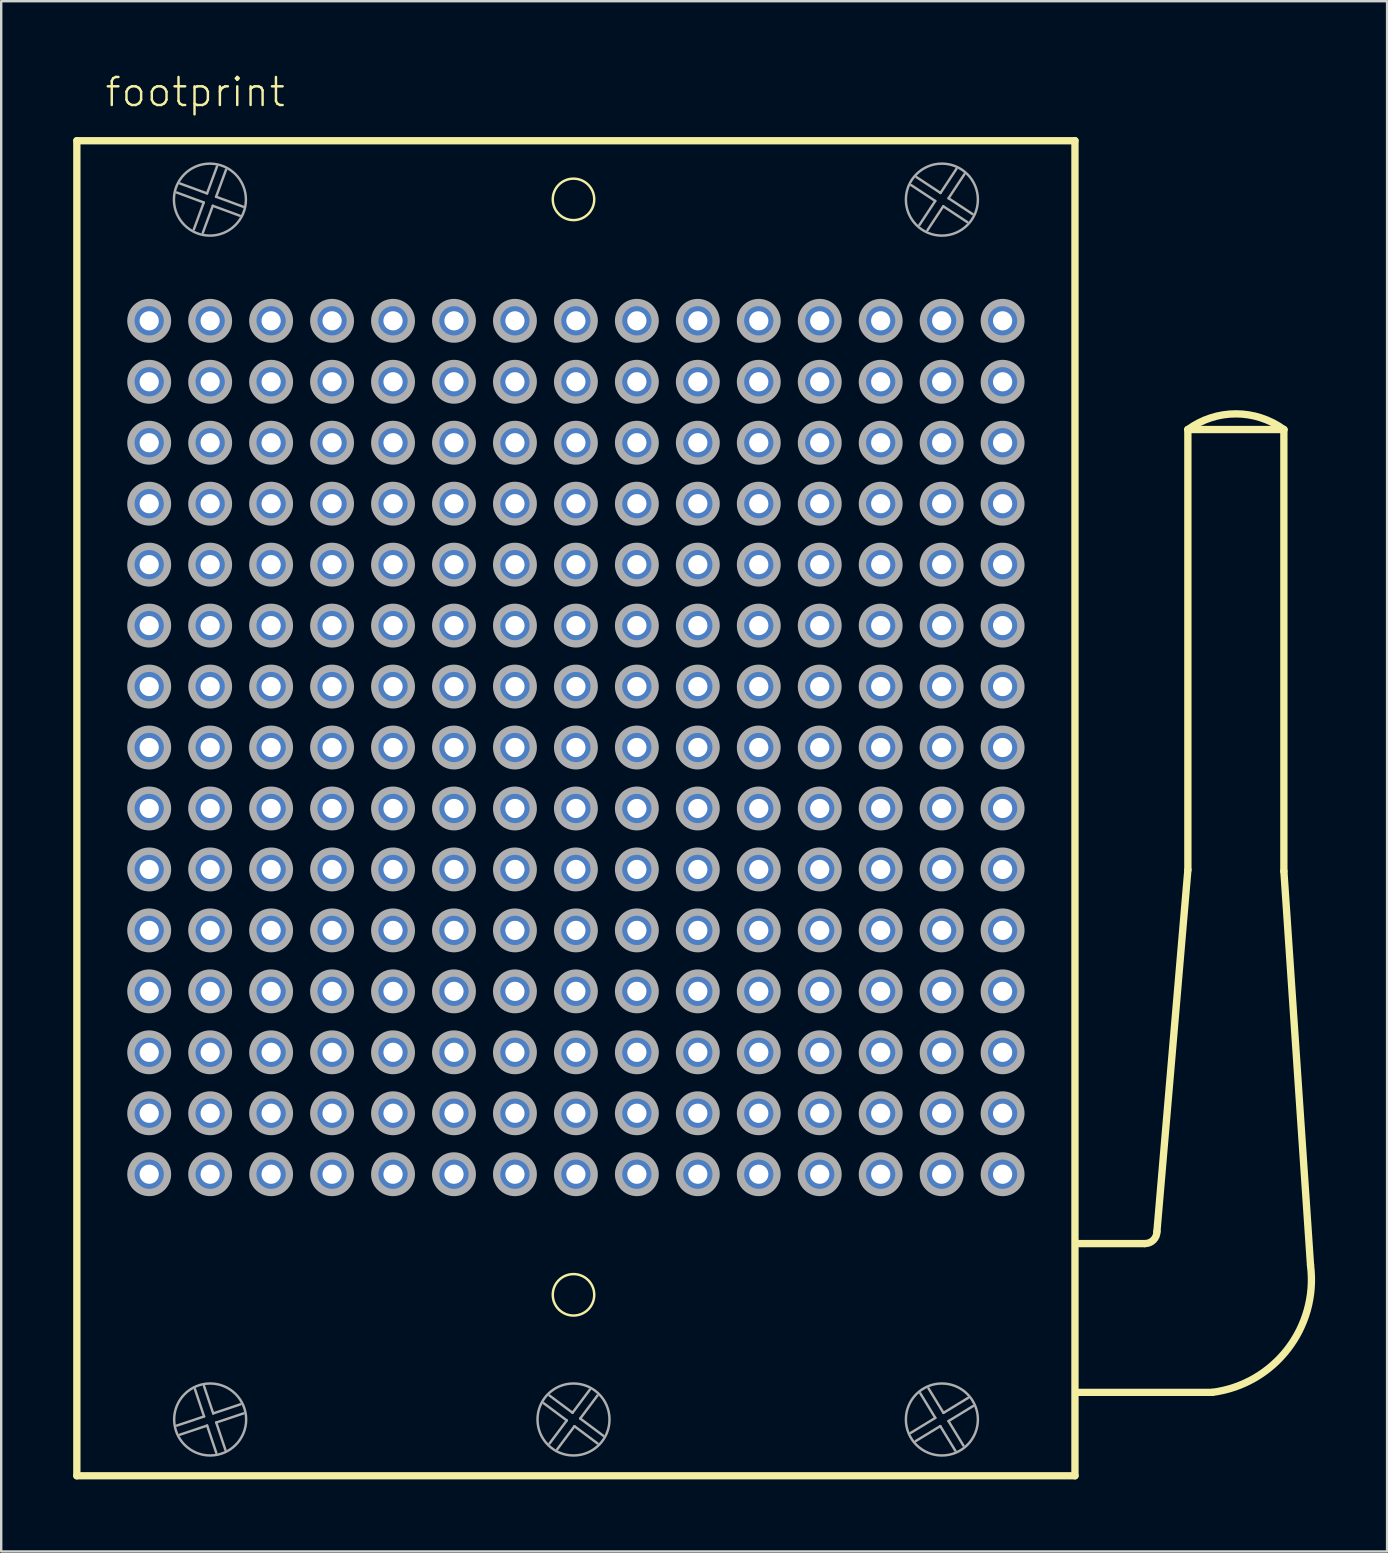
<source format=kicad_pcb>
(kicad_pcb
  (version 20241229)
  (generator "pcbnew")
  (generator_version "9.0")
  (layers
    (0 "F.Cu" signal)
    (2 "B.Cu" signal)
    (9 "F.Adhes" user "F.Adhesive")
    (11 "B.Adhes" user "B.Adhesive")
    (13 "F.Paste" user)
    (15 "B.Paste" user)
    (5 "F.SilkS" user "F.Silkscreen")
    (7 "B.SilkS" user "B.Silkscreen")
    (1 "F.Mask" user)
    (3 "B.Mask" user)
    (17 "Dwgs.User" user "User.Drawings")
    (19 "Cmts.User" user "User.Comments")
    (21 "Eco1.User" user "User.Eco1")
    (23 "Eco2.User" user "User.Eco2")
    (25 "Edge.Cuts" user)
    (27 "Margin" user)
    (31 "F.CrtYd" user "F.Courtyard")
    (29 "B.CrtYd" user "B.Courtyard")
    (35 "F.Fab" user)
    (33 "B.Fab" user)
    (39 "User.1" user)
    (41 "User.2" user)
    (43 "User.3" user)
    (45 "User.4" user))
  (footprint "footprint"
    (layer "F.Cu")
    (at 20.947 28.098)
    (property "Reference" "footprint" (at -19.685 -26.625 0) (layer "F.SilkS") (effects (font (size 1.168 1.168) (thickness 0.102)) (justify left bottom)))
    (fp_line (start -20.795 -25.285) (end 20.795 -25.285) (stroke (width 0.305) (type solid)) (layer "F.SilkS"))
    (fp_line (start -20.795 30.345) (end -20.795 -25.285) (stroke (width 0.305) (type solid)) (layer "F.SilkS"))
    (fp_line (start 20.795 -25.285) (end 20.795 30.345) (stroke (width 0.305) (type solid)) (layer "F.SilkS"))
    (fp_line (start 20.795 30.345) (end -20.795 30.345) (stroke (width 0.305) (type solid)) (layer "F.SilkS"))
    (fp_line (start 23.71 20.67) (end 20.946 20.67) (stroke (width 0.305) (type solid)) (layer "F.SilkS"))
    (fp_line (start 24.21 20.17) (end 25.5 5.1) (stroke (width 0.305) (type solid)) (layer "F.SilkS"))
    (fp_line (start 25.5 -13.25) (end 29.5 -13.25) (stroke (width 0.305) (type solid)) (layer "F.SilkS"))
    (fp_line (start 25.5 5.1) (end 25.5 -13.25) (stroke (width 0.305) (type solid)) (layer "F.SilkS"))
    (fp_line (start 26.51 26.87) (end 20.846 26.87) (stroke (width 0.305) (type solid)) (layer "F.SilkS"))
    (fp_line (start 29.5 -13.25) (end 29.5 5.15) (stroke (width 0.305) (type solid)) (layer "F.SilkS"))
    (fp_line (start 29.5 5.15) (end 30.61 21.57) (stroke (width 0.305) (type solid)) (layer "F.SilkS"))
    (fp_arc (start 24.21 20.17) (mid 24.063553 20.523553) (end 23.71 20.67) (stroke (width 0.3048) (type solid)) (layer "F.SilkS"))
    (fp_arc (start 25.5 -13.25) (mid 27.500001 -13.903325) (end 29.500001 -13.249999) (stroke (width 0.3048) (type solid)) (layer "F.SilkS"))
    (fp_arc (start 30.61 21.57) (mid 29.657666 25.069138) (end 26.51 26.87) (stroke (width 0.3048) (type solid)) (layer "F.SilkS"))
    (fp_circle (center -0.1 -22.84) (end 0.764 -22.84) (stroke (width 0.102) (type solid)) (fill no) (layer "F.SilkS"))
    (fp_circle (center -0.1 22.805) (end 0.764 22.805) (stroke (width 0.102) (type solid)) (fill no) (layer "F.SilkS"))
    (fp_line (start -16.631 28.255) (end -15.493 27.874) (stroke (width 0.102) (type solid)) (layer "F.Fab"))
    (fp_line (start -16.495 -23.501) (end -15.369 -23.087) (stroke (width 0.102) (type solid)) (layer "F.Fab"))
    (fp_line (start -15.921 -21.585) (end -15.507 -22.711) (stroke (width 0.102) (type solid)) (layer "F.Fab"))
    (fp_line (start -15.507 -22.711) (end -16.633 -23.126) (stroke (width 0.102) (type solid)) (layer "F.Fab"))
    (fp_line (start -15.495 26.609) (end -15.114 27.747) (stroke (width 0.102) (type solid)) (layer "F.Fab"))
    (fp_line (start -15.493 27.874) (end -15.874 26.736) (stroke (width 0.102) (type solid)) (layer "F.Fab"))
    (fp_line (start -15.369 -23.087) (end -14.954 -24.213) (stroke (width 0.102) (type solid)) (layer "F.Fab"))
    (fp_line (start -15.366 28.253) (end -16.504 28.634) (stroke (width 0.102) (type solid)) (layer "F.Fab"))
    (fp_line (start -15.131 -22.573) (end -15.546 -21.447) (stroke (width 0.102) (type solid)) (layer "F.Fab"))
    (fp_line (start -15.114 27.747) (end -13.976 27.366) (stroke (width 0.102) (type solid)) (layer "F.Fab"))
    (fp_line (start -14.993 -22.949) (end -13.867 -22.534) (stroke (width 0.102) (type solid)) (layer "F.Fab"))
    (fp_line (start -14.987 28.126) (end -14.606 29.264) (stroke (width 0.102) (type solid)) (layer "F.Fab"))
    (fp_line (start -14.985 29.391) (end -15.366 28.253) (stroke (width 0.102) (type solid)) (layer "F.Fab"))
    (fp_line (start -14.579 -24.075) (end -14.993 -22.949) (stroke (width 0.102) (type solid)) (layer "F.Fab"))
    (fp_line (start -14.005 -22.159) (end -15.131 -22.573) (stroke (width 0.102) (type solid)) (layer "F.Fab"))
    (fp_line (start -13.849 27.745) (end -14.987 28.126) (stroke (width 0.102) (type solid)) (layer "F.Fab"))
    (fp_line (start -1.101 27.001) (end -0.14 27.72) (stroke (width 0.102) (type solid)) (layer "F.Fab"))
    (fp_line (start -1.099 29.001) (end -0.38 28.04) (stroke (width 0.102) (type solid)) (layer "F.Fab"))
    (fp_line (start -0.38 28.04) (end -1.341 27.322) (stroke (width 0.102) (type solid)) (layer "F.Fab"))
    (fp_line (start -0.14 27.72) (end 0.579 26.759) (stroke (width 0.102) (type solid)) (layer "F.Fab"))
    (fp_line (start -0.06 28.28) (end -0.778 29.241) (stroke (width 0.102) (type solid)) (layer "F.Fab"))
    (fp_line (start 0.18 27.96) (end 1.141 28.678) (stroke (width 0.102) (type solid)) (layer "F.Fab"))
    (fp_line (start 0.899 26.999) (end 0.18 27.96) (stroke (width 0.102) (type solid)) (layer "F.Fab"))
    (fp_line (start 0.901 28.999) (end -0.06 28.28) (stroke (width 0.102) (type solid)) (layer "F.Fab"))
    (fp_line (start 13.951 28.559) (end 14.975 27.933) (stroke (width 0.102) (type solid)) (layer "F.Fab"))
    (fp_line (start 14.191 -23.768) (end 15.193 -23.107) (stroke (width 0.102) (type solid)) (layer "F.Fab"))
    (fp_line (start 14.312 -21.771) (end 14.973 -22.773) (stroke (width 0.102) (type solid)) (layer "F.Fab"))
    (fp_line (start 14.691 26.701) (end 15.316 27.725) (stroke (width 0.102) (type solid)) (layer "F.Fab"))
    (fp_line (start 14.973 -22.773) (end 13.971 -23.434) (stroke (width 0.102) (type solid)) (layer "F.Fab"))
    (fp_line (start 14.975 27.933) (end 14.35 26.909) (stroke (width 0.102) (type solid)) (layer "F.Fab"))
    (fp_line (start 15.183 28.275) (end 14.159 28.9) (stroke (width 0.102) (type solid)) (layer "F.Fab"))
    (fp_line (start 15.193 -23.107) (end 15.854 -24.109) (stroke (width 0.102) (type solid)) (layer "F.Fab"))
    (fp_line (start 15.307 -22.553) (end 14.646 -21.551) (stroke (width 0.102) (type solid)) (layer "F.Fab"))
    (fp_line (start 15.316 27.725) (end 16.341 27.1) (stroke (width 0.102) (type solid)) (layer "F.Fab"))
    (fp_line (start 15.525 28.066) (end 16.15 29.091) (stroke (width 0.102) (type solid)) (layer "F.Fab"))
    (fp_line (start 15.527 -22.887) (end 16.529 -22.226) (stroke (width 0.102) (type solid)) (layer "F.Fab"))
    (fp_line (start 15.809 29.299) (end 15.183 28.275) (stroke (width 0.102) (type solid)) (layer "F.Fab"))
    (fp_line (start 16.188 -23.889) (end 15.527 -22.887) (stroke (width 0.102) (type solid)) (layer "F.Fab"))
    (fp_line (start 16.309 -21.892) (end 15.307 -22.553) (stroke (width 0.102) (type solid)) (layer "F.Fab"))
    (fp_line (start 16.549 27.441) (end 15.525 28.066) (stroke (width 0.102) (type solid)) (layer "F.Fab"))
    (fp_circle (center -17.78 -17.78) (end -17.018 -17.78) (stroke (width 0.305) (type solid)) (fill no) (layer "F.Fab"))
    (fp_circle (center -17.78 -15.24) (end -17.018 -15.24) (stroke (width 0.305) (type solid)) (fill no) (layer "F.Fab"))
    (fp_circle (center -17.78 -12.7) (end -17.018 -12.7) (stroke (width 0.305) (type solid)) (fill no) (layer "F.Fab"))
    (fp_circle (center -17.78 -10.16) (end -17.018 -10.16) (stroke (width 0.305) (type solid)) (fill no) (layer "F.Fab"))
    (fp_circle (center -17.78 -7.62) (end -17.018 -7.62) (stroke (width 0.305) (type solid)) (fill no) (layer "F.Fab"))
    (fp_circle (center -17.78 -5.08) (end -17.018 -5.08) (stroke (width 0.305) (type solid)) (fill no) (layer "F.Fab"))
    (fp_circle (center -17.78 -2.54) (end -17.018 -2.54) (stroke (width 0.305) (type solid)) (fill no) (layer "F.Fab"))
    (fp_circle (center -17.78 0) (end -17.018 0) (stroke (width 0.305) (type solid)) (fill no) (layer "F.Fab"))
    (fp_circle (center -17.78 2.54) (end -17.018 2.54) (stroke (width 0.305) (type solid)) (fill no) (layer "F.Fab"))
    (fp_circle (center -17.78 5.08) (end -17.018 5.08) (stroke (width 0.305) (type solid)) (fill no) (layer "F.Fab"))
    (fp_circle (center -17.78 7.62) (end -17.018 7.62) (stroke (width 0.305) (type solid)) (fill no) (layer "F.Fab"))
    (fp_circle (center -17.78 10.16) (end -17.018 10.16) (stroke (width 0.305) (type solid)) (fill no) (layer "F.Fab"))
    (fp_circle (center -17.78 12.7) (end -17.018 12.7) (stroke (width 0.305) (type solid)) (fill no) (layer "F.Fab"))
    (fp_circle (center -17.78 15.24) (end -17.018 15.24) (stroke (width 0.305) (type solid)) (fill no) (layer "F.Fab"))
    (fp_circle (center -17.78 17.78) (end -17.018 17.78) (stroke (width 0.305) (type solid)) (fill no) (layer "F.Fab"))
    (fp_circle (center -15.25 -22.83) (end -13.75 -22.83) (stroke (width 0.102) (type solid)) (fill no) (layer "F.Fab"))
    (fp_circle (center -15.24 -17.78) (end -14.478 -17.78) (stroke (width 0.305) (type solid)) (fill no) (layer "F.Fab"))
    (fp_circle (center -15.24 -15.24) (end -14.478 -15.24) (stroke (width 0.305) (type solid)) (fill no) (layer "F.Fab"))
    (fp_circle (center -15.24 -12.7) (end -14.478 -12.7) (stroke (width 0.305) (type solid)) (fill no) (layer "F.Fab"))
    (fp_circle (center -15.24 -10.16) (end -14.478 -10.16) (stroke (width 0.305) (type solid)) (fill no) (layer "F.Fab"))
    (fp_circle (center -15.24 -7.62) (end -14.478 -7.62) (stroke (width 0.305) (type solid)) (fill no) (layer "F.Fab"))
    (fp_circle (center -15.24 -5.08) (end -14.478 -5.08) (stroke (width 0.305) (type solid)) (fill no) (layer "F.Fab"))
    (fp_circle (center -15.24 -2.54) (end -14.478 -2.54) (stroke (width 0.305) (type solid)) (fill no) (layer "F.Fab"))
    (fp_circle (center -15.24 0) (end -14.478 0) (stroke (width 0.305) (type solid)) (fill no) (layer "F.Fab"))
    (fp_circle (center -15.24 2.54) (end -14.478 2.54) (stroke (width 0.305) (type solid)) (fill no) (layer "F.Fab"))
    (fp_circle (center -15.24 5.08) (end -14.478 5.08) (stroke (width 0.305) (type solid)) (fill no) (layer "F.Fab"))
    (fp_circle (center -15.24 7.62) (end -14.478 7.62) (stroke (width 0.305) (type solid)) (fill no) (layer "F.Fab"))
    (fp_circle (center -15.24 10.16) (end -14.478 10.16) (stroke (width 0.305) (type solid)) (fill no) (layer "F.Fab"))
    (fp_circle (center -15.24 12.7) (end -14.478 12.7) (stroke (width 0.305) (type solid)) (fill no) (layer "F.Fab"))
    (fp_circle (center -15.24 15.24) (end -14.478 15.24) (stroke (width 0.305) (type solid)) (fill no) (layer "F.Fab"))
    (fp_circle (center -15.24 17.78) (end -14.478 17.78) (stroke (width 0.305) (type solid)) (fill no) (layer "F.Fab"))
    (fp_circle (center -15.24 28) (end -13.74 28) (stroke (width 0.102) (type solid)) (fill no) (layer "F.Fab"))
    (fp_circle (center -12.7 -17.78) (end -11.938 -17.78) (stroke (width 0.305) (type solid)) (fill no) (layer "F.Fab"))
    (fp_circle (center -12.7 -15.24) (end -11.938 -15.24) (stroke (width 0.305) (type solid)) (fill no) (layer "F.Fab"))
    (fp_circle (center -12.7 -12.7) (end -11.938 -12.7) (stroke (width 0.305) (type solid)) (fill no) (layer "F.Fab"))
    (fp_circle (center -12.7 -10.16) (end -11.938 -10.16) (stroke (width 0.305) (type solid)) (fill no) (layer "F.Fab"))
    (fp_circle (center -12.7 -7.62) (end -11.938 -7.62) (stroke (width 0.305) (type solid)) (fill no) (layer "F.Fab"))
    (fp_circle (center -12.7 -5.08) (end -11.938 -5.08) (stroke (width 0.305) (type solid)) (fill no) (layer "F.Fab"))
    (fp_circle (center -12.7 -2.54) (end -11.938 -2.54) (stroke (width 0.305) (type solid)) (fill no) (layer "F.Fab"))
    (fp_circle (center -12.7 0) (end -11.938 0) (stroke (width 0.305) (type solid)) (fill no) (layer "F.Fab"))
    (fp_circle (center -12.7 2.54) (end -11.938 2.54) (stroke (width 0.305) (type solid)) (fill no) (layer "F.Fab"))
    (fp_circle (center -12.7 5.08) (end -11.938 5.08) (stroke (width 0.305) (type solid)) (fill no) (layer "F.Fab"))
    (fp_circle (center -12.7 7.62) (end -11.938 7.62) (stroke (width 0.305) (type solid)) (fill no) (layer "F.Fab"))
    (fp_circle (center -12.7 10.16) (end -11.938 10.16) (stroke (width 0.305) (type solid)) (fill no) (layer "F.Fab"))
    (fp_circle (center -12.7 12.7) (end -11.938 12.7) (stroke (width 0.305) (type solid)) (fill no) (layer "F.Fab"))
    (fp_circle (center -12.7 15.24) (end -11.938 15.24) (stroke (width 0.305) (type solid)) (fill no) (layer "F.Fab"))
    (fp_circle (center -12.7 17.78) (end -11.938 17.78) (stroke (width 0.305) (type solid)) (fill no) (layer "F.Fab"))
    (fp_circle (center -10.16 -17.78) (end -9.398 -17.78) (stroke (width 0.305) (type solid)) (fill no) (layer "F.Fab"))
    (fp_circle (center -10.16 -15.24) (end -9.398 -15.24) (stroke (width 0.305) (type solid)) (fill no) (layer "F.Fab"))
    (fp_circle (center -10.16 -12.7) (end -9.398 -12.7) (stroke (width 0.305) (type solid)) (fill no) (layer "F.Fab"))
    (fp_circle (center -10.16 -10.16) (end -9.398 -10.16) (stroke (width 0.305) (type solid)) (fill no) (layer "F.Fab"))
    (fp_circle (center -10.16 -7.62) (end -9.398 -7.62) (stroke (width 0.305) (type solid)) (fill no) (layer "F.Fab"))
    (fp_circle (center -10.16 -5.08) (end -9.398 -5.08) (stroke (width 0.305) (type solid)) (fill no) (layer "F.Fab"))
    (fp_circle (center -10.16 -2.54) (end -9.398 -2.54) (stroke (width 0.305) (type solid)) (fill no) (layer "F.Fab"))
    (fp_circle (center -10.16 0) (end -9.398 0) (stroke (width 0.305) (type solid)) (fill no) (layer "F.Fab"))
    (fp_circle (center -10.16 2.54) (end -9.398 2.54) (stroke (width 0.305) (type solid)) (fill no) (layer "F.Fab"))
    (fp_circle (center -10.16 5.08) (end -9.398 5.08) (stroke (width 0.305) (type solid)) (fill no) (layer "F.Fab"))
    (fp_circle (center -10.16 7.62) (end -9.398 7.62) (stroke (width 0.305) (type solid)) (fill no) (layer "F.Fab"))
    (fp_circle (center -10.16 10.16) (end -9.398 10.16) (stroke (width 0.305) (type solid)) (fill no) (layer "F.Fab"))
    (fp_circle (center -10.16 12.7) (end -9.398 12.7) (stroke (width 0.305) (type solid)) (fill no) (layer "F.Fab"))
    (fp_circle (center -10.16 15.24) (end -9.398 15.24) (stroke (width 0.305) (type solid)) (fill no) (layer "F.Fab"))
    (fp_circle (center -10.16 17.78) (end -9.398 17.78) (stroke (width 0.305) (type solid)) (fill no) (layer "F.Fab"))
    (fp_circle (center -7.62 -17.78) (end -6.858 -17.78) (stroke (width 0.305) (type solid)) (fill no) (layer "F.Fab"))
    (fp_circle (center -7.62 -15.24) (end -6.858 -15.24) (stroke (width 0.305) (type solid)) (fill no) (layer "F.Fab"))
    (fp_circle (center -7.62 -12.7) (end -6.858 -12.7) (stroke (width 0.305) (type solid)) (fill no) (layer "F.Fab"))
    (fp_circle (center -7.62 -10.16) (end -6.858 -10.16) (stroke (width 0.305) (type solid)) (fill no) (layer "F.Fab"))
    (fp_circle (center -7.62 -7.62) (end -6.858 -7.62) (stroke (width 0.305) (type solid)) (fill no) (layer "F.Fab"))
    (fp_circle (center -7.62 -5.08) (end -6.858 -5.08) (stroke (width 0.305) (type solid)) (fill no) (layer "F.Fab"))
    (fp_circle (center -7.62 -2.54) (end -6.858 -2.54) (stroke (width 0.305) (type solid)) (fill no) (layer "F.Fab"))
    (fp_circle (center -7.62 0) (end -6.858 0) (stroke (width 0.305) (type solid)) (fill no) (layer "F.Fab"))
    (fp_circle (center -7.62 2.54) (end -6.858 2.54) (stroke (width 0.305) (type solid)) (fill no) (layer "F.Fab"))
    (fp_circle (center -7.62 5.08) (end -6.858 5.08) (stroke (width 0.305) (type solid)) (fill no) (layer "F.Fab"))
    (fp_circle (center -7.62 7.62) (end -6.858 7.62) (stroke (width 0.305) (type solid)) (fill no) (layer "F.Fab"))
    (fp_circle (center -7.62 10.16) (end -6.858 10.16) (stroke (width 0.305) (type solid)) (fill no) (layer "F.Fab"))
    (fp_circle (center -7.62 12.7) (end -6.858 12.7) (stroke (width 0.305) (type solid)) (fill no) (layer "F.Fab"))
    (fp_circle (center -7.62 15.24) (end -6.858 15.24) (stroke (width 0.305) (type solid)) (fill no) (layer "F.Fab"))
    (fp_circle (center -7.62 17.78) (end -6.858 17.78) (stroke (width 0.305) (type solid)) (fill no) (layer "F.Fab"))
    (fp_circle (center -5.08 -17.78) (end -4.318 -17.78) (stroke (width 0.305) (type solid)) (fill no) (layer "F.Fab"))
    (fp_circle (center -5.08 -15.24) (end -4.318 -15.24) (stroke (width 0.305) (type solid)) (fill no) (layer "F.Fab"))
    (fp_circle (center -5.08 -12.7) (end -4.318 -12.7) (stroke (width 0.305) (type solid)) (fill no) (layer "F.Fab"))
    (fp_circle (center -5.08 -10.16) (end -4.318 -10.16) (stroke (width 0.305) (type solid)) (fill no) (layer "F.Fab"))
    (fp_circle (center -5.08 -7.62) (end -4.318 -7.62) (stroke (width 0.305) (type solid)) (fill no) (layer "F.Fab"))
    (fp_circle (center -5.08 -5.08) (end -4.318 -5.08) (stroke (width 0.305) (type solid)) (fill no) (layer "F.Fab"))
    (fp_circle (center -5.08 -2.54) (end -4.318 -2.54) (stroke (width 0.305) (type solid)) (fill no) (layer "F.Fab"))
    (fp_circle (center -5.08 0) (end -4.318 0) (stroke (width 0.305) (type solid)) (fill no) (layer "F.Fab"))
    (fp_circle (center -5.08 2.54) (end -4.318 2.54) (stroke (width 0.305) (type solid)) (fill no) (layer "F.Fab"))
    (fp_circle (center -5.08 5.08) (end -4.318 5.08) (stroke (width 0.305) (type solid)) (fill no) (layer "F.Fab"))
    (fp_circle (center -5.08 7.62) (end -4.318 7.62) (stroke (width 0.305) (type solid)) (fill no) (layer "F.Fab"))
    (fp_circle (center -5.08 10.16) (end -4.318 10.16) (stroke (width 0.305) (type solid)) (fill no) (layer "F.Fab"))
    (fp_circle (center -5.08 12.7) (end -4.318 12.7) (stroke (width 0.305) (type solid)) (fill no) (layer "F.Fab"))
    (fp_circle (center -5.08 15.24) (end -4.318 15.24) (stroke (width 0.305) (type solid)) (fill no) (layer "F.Fab"))
    (fp_circle (center -5.08 17.78) (end -4.318 17.78) (stroke (width 0.305) (type solid)) (fill no) (layer "F.Fab"))
    (fp_circle (center -2.54 -17.78) (end -1.778 -17.78) (stroke (width 0.305) (type solid)) (fill no) (layer "F.Fab"))
    (fp_circle (center -2.54 -15.24) (end -1.778 -15.24) (stroke (width 0.305) (type solid)) (fill no) (layer "F.Fab"))
    (fp_circle (center -2.54 -12.7) (end -1.778 -12.7) (stroke (width 0.305) (type solid)) (fill no) (layer "F.Fab"))
    (fp_circle (center -2.54 -10.16) (end -1.778 -10.16) (stroke (width 0.305) (type solid)) (fill no) (layer "F.Fab"))
    (fp_circle (center -2.54 -7.62) (end -1.778 -7.62) (stroke (width 0.305) (type solid)) (fill no) (layer "F.Fab"))
    (fp_circle (center -2.54 -5.08) (end -1.778 -5.08) (stroke (width 0.305) (type solid)) (fill no) (layer "F.Fab"))
    (fp_circle (center -2.54 -2.54) (end -1.778 -2.54) (stroke (width 0.305) (type solid)) (fill no) (layer "F.Fab"))
    (fp_circle (center -2.54 0) (end -1.778 0) (stroke (width 0.305) (type solid)) (fill no) (layer "F.Fab"))
    (fp_circle (center -2.54 2.54) (end -1.778 2.54) (stroke (width 0.305) (type solid)) (fill no) (layer "F.Fab"))
    (fp_circle (center -2.54 5.08) (end -1.778 5.08) (stroke (width 0.305) (type solid)) (fill no) (layer "F.Fab"))
    (fp_circle (center -2.54 7.62) (end -1.778 7.62) (stroke (width 0.305) (type solid)) (fill no) (layer "F.Fab"))
    (fp_circle (center -2.54 10.16) (end -1.778 10.16) (stroke (width 0.305) (type solid)) (fill no) (layer "F.Fab"))
    (fp_circle (center -2.54 12.7) (end -1.778 12.7) (stroke (width 0.305) (type solid)) (fill no) (layer "F.Fab"))
    (fp_circle (center -2.54 15.24) (end -1.778 15.24) (stroke (width 0.305) (type solid)) (fill no) (layer "F.Fab"))
    (fp_circle (center -2.54 17.78) (end -1.778 17.78) (stroke (width 0.305) (type solid)) (fill no) (layer "F.Fab"))
    (fp_circle (center -0.1 28) (end 1.4 28) (stroke (width 0.102) (type solid)) (fill no) (layer "F.Fab"))
    (fp_circle (center 0 -17.78) (end 0.762 -17.78) (stroke (width 0.305) (type solid)) (fill no) (layer "F.Fab"))
    (fp_circle (center 0 -15.24) (end 0.762 -15.24) (stroke (width 0.305) (type solid)) (fill no) (layer "F.Fab"))
    (fp_circle (center 0 -12.7) (end 0.762 -12.7) (stroke (width 0.305) (type solid)) (fill no) (layer "F.Fab"))
    (fp_circle (center 0 -10.16) (end 0.762 -10.16) (stroke (width 0.305) (type solid)) (fill no) (layer "F.Fab"))
    (fp_circle (center 0 -7.62) (end 0.762 -7.62) (stroke (width 0.305) (type solid)) (fill no) (layer "F.Fab"))
    (fp_circle (center 0 -5.08) (end 0.762 -5.08) (stroke (width 0.305) (type solid)) (fill no) (layer "F.Fab"))
    (fp_circle (center 0 -2.54) (end 0.762 -2.54) (stroke (width 0.305) (type solid)) (fill no) (layer "F.Fab"))
    (fp_circle (center 0 0) (end 0.762 0) (stroke (width 0.305) (type solid)) (fill no) (layer "F.Fab"))
    (fp_circle (center 0 2.54) (end 0.762 2.54) (stroke (width 0.305) (type solid)) (fill no) (layer "F.Fab"))
    (fp_circle (center 0 5.08) (end 0.762 5.08) (stroke (width 0.305) (type solid)) (fill no) (layer "F.Fab"))
    (fp_circle (center 0 7.62) (end 0.762 7.62) (stroke (width 0.305) (type solid)) (fill no) (layer "F.Fab"))
    (fp_circle (center 0 10.16) (end 0.762 10.16) (stroke (width 0.305) (type solid)) (fill no) (layer "F.Fab"))
    (fp_circle (center 0 12.7) (end 0.762 12.7) (stroke (width 0.305) (type solid)) (fill no) (layer "F.Fab"))
    (fp_circle (center 0 15.24) (end 0.762 15.24) (stroke (width 0.305) (type solid)) (fill no) (layer "F.Fab"))
    (fp_circle (center 0 17.78) (end 0.762 17.78) (stroke (width 0.305) (type solid)) (fill no) (layer "F.Fab"))
    (fp_circle (center 2.54 -17.78) (end 3.302 -17.78) (stroke (width 0.305) (type solid)) (fill no) (layer "F.Fab"))
    (fp_circle (center 2.54 -15.24) (end 3.302 -15.24) (stroke (width 0.305) (type solid)) (fill no) (layer "F.Fab"))
    (fp_circle (center 2.54 -12.7) (end 3.302 -12.7) (stroke (width 0.305) (type solid)) (fill no) (layer "F.Fab"))
    (fp_circle (center 2.54 -10.16) (end 3.302 -10.16) (stroke (width 0.305) (type solid)) (fill no) (layer "F.Fab"))
    (fp_circle (center 2.54 -7.62) (end 3.302 -7.62) (stroke (width 0.305) (type solid)) (fill no) (layer "F.Fab"))
    (fp_circle (center 2.54 -5.08) (end 3.302 -5.08) (stroke (width 0.305) (type solid)) (fill no) (layer "F.Fab"))
    (fp_circle (center 2.54 -2.54) (end 3.302 -2.54) (stroke (width 0.305) (type solid)) (fill no) (layer "F.Fab"))
    (fp_circle (center 2.54 0) (end 3.302 0) (stroke (width 0.305) (type solid)) (fill no) (layer "F.Fab"))
    (fp_circle (center 2.54 2.54) (end 3.302 2.54) (stroke (width 0.305) (type solid)) (fill no) (layer "F.Fab"))
    (fp_circle (center 2.54 5.08) (end 3.302 5.08) (stroke (width 0.305) (type solid)) (fill no) (layer "F.Fab"))
    (fp_circle (center 2.54 7.62) (end 3.302 7.62) (stroke (width 0.305) (type solid)) (fill no) (layer "F.Fab"))
    (fp_circle (center 2.54 10.16) (end 3.302 10.16) (stroke (width 0.305) (type solid)) (fill no) (layer "F.Fab"))
    (fp_circle (center 2.54 12.7) (end 3.302 12.7) (stroke (width 0.305) (type solid)) (fill no) (layer "F.Fab"))
    (fp_circle (center 2.54 15.24) (end 3.302 15.24) (stroke (width 0.305) (type solid)) (fill no) (layer "F.Fab"))
    (fp_circle (center 2.54 17.78) (end 3.302 17.78) (stroke (width 0.305) (type solid)) (fill no) (layer "F.Fab"))
    (fp_circle (center 5.08 -17.78) (end 5.842 -17.78) (stroke (width 0.305) (type solid)) (fill no) (layer "F.Fab"))
    (fp_circle (center 5.08 -15.24) (end 5.842 -15.24) (stroke (width 0.305) (type solid)) (fill no) (layer "F.Fab"))
    (fp_circle (center 5.08 -12.7) (end 5.842 -12.7) (stroke (width 0.305) (type solid)) (fill no) (layer "F.Fab"))
    (fp_circle (center 5.08 -10.16) (end 5.842 -10.16) (stroke (width 0.305) (type solid)) (fill no) (layer "F.Fab"))
    (fp_circle (center 5.08 -7.62) (end 5.842 -7.62) (stroke (width 0.305) (type solid)) (fill no) (layer "F.Fab"))
    (fp_circle (center 5.08 -5.08) (end 5.842 -5.08) (stroke (width 0.305) (type solid)) (fill no) (layer "F.Fab"))
    (fp_circle (center 5.08 -2.54) (end 5.842 -2.54) (stroke (width 0.305) (type solid)) (fill no) (layer "F.Fab"))
    (fp_circle (center 5.08 0) (end 5.842 0) (stroke (width 0.305) (type solid)) (fill no) (layer "F.Fab"))
    (fp_circle (center 5.08 2.54) (end 5.842 2.54) (stroke (width 0.305) (type solid)) (fill no) (layer "F.Fab"))
    (fp_circle (center 5.08 5.08) (end 5.842 5.08) (stroke (width 0.305) (type solid)) (fill no) (layer "F.Fab"))
    (fp_circle (center 5.08 7.62) (end 5.842 7.62) (stroke (width 0.305) (type solid)) (fill no) (layer "F.Fab"))
    (fp_circle (center 5.08 10.16) (end 5.842 10.16) (stroke (width 0.305) (type solid)) (fill no) (layer "F.Fab"))
    (fp_circle (center 5.08 12.7) (end 5.842 12.7) (stroke (width 0.305) (type solid)) (fill no) (layer "F.Fab"))
    (fp_circle (center 5.08 15.24) (end 5.842 15.24) (stroke (width 0.305) (type solid)) (fill no) (layer "F.Fab"))
    (fp_circle (center 5.08 17.78) (end 5.842 17.78) (stroke (width 0.305) (type solid)) (fill no) (layer "F.Fab"))
    (fp_circle (center 7.62 -17.78) (end 8.382 -17.78) (stroke (width 0.305) (type solid)) (fill no) (layer "F.Fab"))
    (fp_circle (center 7.62 -15.24) (end 8.382 -15.24) (stroke (width 0.305) (type solid)) (fill no) (layer "F.Fab"))
    (fp_circle (center 7.62 -12.7) (end 8.382 -12.7) (stroke (width 0.305) (type solid)) (fill no) (layer "F.Fab"))
    (fp_circle (center 7.62 -10.16) (end 8.382 -10.16) (stroke (width 0.305) (type solid)) (fill no) (layer "F.Fab"))
    (fp_circle (center 7.62 -7.62) (end 8.382 -7.62) (stroke (width 0.305) (type solid)) (fill no) (layer "F.Fab"))
    (fp_circle (center 7.62 -5.08) (end 8.382 -5.08) (stroke (width 0.305) (type solid)) (fill no) (layer "F.Fab"))
    (fp_circle (center 7.62 -2.54) (end 8.382 -2.54) (stroke (width 0.305) (type solid)) (fill no) (layer "F.Fab"))
    (fp_circle (center 7.62 0) (end 8.382 0) (stroke (width 0.305) (type solid)) (fill no) (layer "F.Fab"))
    (fp_circle (center 7.62 2.54) (end 8.382 2.54) (stroke (width 0.305) (type solid)) (fill no) (layer "F.Fab"))
    (fp_circle (center 7.62 5.08) (end 8.382 5.08) (stroke (width 0.305) (type solid)) (fill no) (layer "F.Fab"))
    (fp_circle (center 7.62 7.62) (end 8.382 7.62) (stroke (width 0.305) (type solid)) (fill no) (layer "F.Fab"))
    (fp_circle (center 7.62 10.16) (end 8.382 10.16) (stroke (width 0.305) (type solid)) (fill no) (layer "F.Fab"))
    (fp_circle (center 7.62 12.7) (end 8.382 12.7) (stroke (width 0.305) (type solid)) (fill no) (layer "F.Fab"))
    (fp_circle (center 7.62 15.24) (end 8.382 15.24) (stroke (width 0.305) (type solid)) (fill no) (layer "F.Fab"))
    (fp_circle (center 7.62 17.78) (end 8.382 17.78) (stroke (width 0.305) (type solid)) (fill no) (layer "F.Fab"))
    (fp_circle (center 10.16 -17.78) (end 10.922 -17.78) (stroke (width 0.305) (type solid)) (fill no) (layer "F.Fab"))
    (fp_circle (center 10.16 -15.24) (end 10.922 -15.24) (stroke (width 0.305) (type solid)) (fill no) (layer "F.Fab"))
    (fp_circle (center 10.16 -12.7) (end 10.922 -12.7) (stroke (width 0.305) (type solid)) (fill no) (layer "F.Fab"))
    (fp_circle (center 10.16 -10.16) (end 10.922 -10.16) (stroke (width 0.305) (type solid)) (fill no) (layer "F.Fab"))
    (fp_circle (center 10.16 -7.62) (end 10.922 -7.62) (stroke (width 0.305) (type solid)) (fill no) (layer "F.Fab"))
    (fp_circle (center 10.16 -5.08) (end 10.922 -5.08) (stroke (width 0.305) (type solid)) (fill no) (layer "F.Fab"))
    (fp_circle (center 10.16 -2.54) (end 10.922 -2.54) (stroke (width 0.305) (type solid)) (fill no) (layer "F.Fab"))
    (fp_circle (center 10.16 0) (end 10.922 0) (stroke (width 0.305) (type solid)) (fill no) (layer "F.Fab"))
    (fp_circle (center 10.16 2.54) (end 10.922 2.54) (stroke (width 0.305) (type solid)) (fill no) (layer "F.Fab"))
    (fp_circle (center 10.16 5.08) (end 10.922 5.08) (stroke (width 0.305) (type solid)) (fill no) (layer "F.Fab"))
    (fp_circle (center 10.16 7.62) (end 10.922 7.62) (stroke (width 0.305) (type solid)) (fill no) (layer "F.Fab"))
    (fp_circle (center 10.16 10.16) (end 10.922 10.16) (stroke (width 0.305) (type solid)) (fill no) (layer "F.Fab"))
    (fp_circle (center 10.16 12.7) (end 10.922 12.7) (stroke (width 0.305) (type solid)) (fill no) (layer "F.Fab"))
    (fp_circle (center 10.16 15.24) (end 10.922 15.24) (stroke (width 0.305) (type solid)) (fill no) (layer "F.Fab"))
    (fp_circle (center 10.16 17.78) (end 10.922 17.78) (stroke (width 0.305) (type solid)) (fill no) (layer "F.Fab"))
    (fp_circle (center 12.7 -17.78) (end 13.462 -17.78) (stroke (width 0.305) (type solid)) (fill no) (layer "F.Fab"))
    (fp_circle (center 12.7 -15.24) (end 13.462 -15.24) (stroke (width 0.305) (type solid)) (fill no) (layer "F.Fab"))
    (fp_circle (center 12.7 -12.7) (end 13.462 -12.7) (stroke (width 0.305) (type solid)) (fill no) (layer "F.Fab"))
    (fp_circle (center 12.7 -10.16) (end 13.462 -10.16) (stroke (width 0.305) (type solid)) (fill no) (layer "F.Fab"))
    (fp_circle (center 12.7 -7.62) (end 13.462 -7.62) (stroke (width 0.305) (type solid)) (fill no) (layer "F.Fab"))
    (fp_circle (center 12.7 -5.08) (end 13.462 -5.08) (stroke (width 0.305) (type solid)) (fill no) (layer "F.Fab"))
    (fp_circle (center 12.7 -2.54) (end 13.462 -2.54) (stroke (width 0.305) (type solid)) (fill no) (layer "F.Fab"))
    (fp_circle (center 12.7 0) (end 13.462 0) (stroke (width 0.305) (type solid)) (fill no) (layer "F.Fab"))
    (fp_circle (center 12.7 2.54) (end 13.462 2.54) (stroke (width 0.305) (type solid)) (fill no) (layer "F.Fab"))
    (fp_circle (center 12.7 5.08) (end 13.462 5.08) (stroke (width 0.305) (type solid)) (fill no) (layer "F.Fab"))
    (fp_circle (center 12.7 7.62) (end 13.462 7.62) (stroke (width 0.305) (type solid)) (fill no) (layer "F.Fab"))
    (fp_circle (center 12.7 10.16) (end 13.462 10.16) (stroke (width 0.305) (type solid)) (fill no) (layer "F.Fab"))
    (fp_circle (center 12.7 12.7) (end 13.462 12.7) (stroke (width 0.305) (type solid)) (fill no) (layer "F.Fab"))
    (fp_circle (center 12.7 15.24) (end 13.462 15.24) (stroke (width 0.305) (type solid)) (fill no) (layer "F.Fab"))
    (fp_circle (center 12.7 17.78) (end 13.462 17.78) (stroke (width 0.305) (type solid)) (fill no) (layer "F.Fab"))
    (fp_circle (center 15.24 -17.78) (end 16.002 -17.78) (stroke (width 0.305) (type solid)) (fill no) (layer "F.Fab"))
    (fp_circle (center 15.24 -15.24) (end 16.002 -15.24) (stroke (width 0.305) (type solid)) (fill no) (layer "F.Fab"))
    (fp_circle (center 15.24 -12.7) (end 16.002 -12.7) (stroke (width 0.305) (type solid)) (fill no) (layer "F.Fab"))
    (fp_circle (center 15.24 -10.16) (end 16.002 -10.16) (stroke (width 0.305) (type solid)) (fill no) (layer "F.Fab"))
    (fp_circle (center 15.24 -7.62) (end 16.002 -7.62) (stroke (width 0.305) (type solid)) (fill no) (layer "F.Fab"))
    (fp_circle (center 15.24 -5.08) (end 16.002 -5.08) (stroke (width 0.305) (type solid)) (fill no) (layer "F.Fab"))
    (fp_circle (center 15.24 -2.54) (end 16.002 -2.54) (stroke (width 0.305) (type solid)) (fill no) (layer "F.Fab"))
    (fp_circle (center 15.24 0) (end 16.002 0) (stroke (width 0.305) (type solid)) (fill no) (layer "F.Fab"))
    (fp_circle (center 15.24 2.54) (end 16.002 2.54) (stroke (width 0.305) (type solid)) (fill no) (layer "F.Fab"))
    (fp_circle (center 15.24 5.08) (end 16.002 5.08) (stroke (width 0.305) (type solid)) (fill no) (layer "F.Fab"))
    (fp_circle (center 15.24 7.62) (end 16.002 7.62) (stroke (width 0.305) (type solid)) (fill no) (layer "F.Fab"))
    (fp_circle (center 15.24 10.16) (end 16.002 10.16) (stroke (width 0.305) (type solid)) (fill no) (layer "F.Fab"))
    (fp_circle (center 15.24 12.7) (end 16.002 12.7) (stroke (width 0.305) (type solid)) (fill no) (layer "F.Fab"))
    (fp_circle (center 15.24 15.24) (end 16.002 15.24) (stroke (width 0.305) (type solid)) (fill no) (layer "F.Fab"))
    (fp_circle (center 15.24 17.78) (end 16.002 17.78) (stroke (width 0.305) (type solid)) (fill no) (layer "F.Fab"))
    (fp_circle (center 15.25 -22.83) (end 16.75 -22.83) (stroke (width 0.102) (type solid)) (fill no) (layer "F.Fab"))
    (fp_circle (center 15.25 28) (end 16.75 28) (stroke (width 0.102) (type solid)) (fill no) (layer "F.Fab"))
    (fp_circle (center 17.78 -17.78) (end 18.542 -17.78) (stroke (width 0.305) (type solid)) (fill no) (layer "F.Fab"))
    (fp_circle (center 17.78 -15.24) (end 18.542 -15.24) (stroke (width 0.305) (type solid)) (fill no) (layer "F.Fab"))
    (fp_circle (center 17.78 -12.7) (end 18.542 -12.7) (stroke (width 0.305) (type solid)) (fill no) (layer "F.Fab"))
    (fp_circle (center 17.78 -10.16) (end 18.542 -10.16) (stroke (width 0.305) (type solid)) (fill no) (layer "F.Fab"))
    (fp_circle (center 17.78 -7.62) (end 18.542 -7.62) (stroke (width 0.305) (type solid)) (fill no) (layer "F.Fab"))
    (fp_circle (center 17.78 -5.08) (end 18.542 -5.08) (stroke (width 0.305) (type solid)) (fill no) (layer "F.Fab"))
    (fp_circle (center 17.78 -2.54) (end 18.542 -2.54) (stroke (width 0.305) (type solid)) (fill no) (layer "F.Fab"))
    (fp_circle (center 17.78 0) (end 18.542 0) (stroke (width 0.305) (type solid)) (fill no) (layer "F.Fab"))
    (fp_circle (center 17.78 2.54) (end 18.542 2.54) (stroke (width 0.305) (type solid)) (fill no) (layer "F.Fab"))
    (fp_circle (center 17.78 5.08) (end 18.542 5.08) (stroke (width 0.305) (type solid)) (fill no) (layer "F.Fab"))
    (fp_circle (center 17.78 7.62) (end 18.542 7.62) (stroke (width 0.305) (type solid)) (fill no) (layer "F.Fab"))
    (fp_circle (center 17.78 10.16) (end 18.542 10.16) (stroke (width 0.305) (type solid)) (fill no) (layer "F.Fab"))
    (fp_circle (center 17.78 12.7) (end 18.542 12.7) (stroke (width 0.305) (type solid)) (fill no) (layer "F.Fab"))
    (fp_circle (center 17.78 15.24) (end 18.542 15.24) (stroke (width 0.305) (type solid)) (fill no) (layer "F.Fab"))
    (fp_circle (center 17.78 17.78) (end 18.542 17.78) (stroke (width 0.305) (type solid)) (fill no) (layer "F.Fab"))
    (pad "A1" thru_hole circle (at -17.78 -17.78) (size 1.4 1.4) (drill 0.8) (layers "*.Cu" "*.Mask"))
    (pad "A2" thru_hole circle (at -15.24 -17.78) (size 1.4 1.4) (drill 0.8) (layers "*.Cu" "*.Mask"))
    (pad "A3" thru_hole circle (at -12.7 -17.78) (size 1.4 1.4) (drill 0.8) (layers "*.Cu" "*.Mask"))
    (pad "A4" thru_hole circle (at -10.16 -17.78) (size 1.4 1.4) (drill 0.8) (layers "*.Cu" "*.Mask"))
    (pad "A5" thru_hole circle (at -7.62 -17.78) (size 1.4 1.4) (drill 0.8) (layers "*.Cu" "*.Mask"))
    (pad "A6" thru_hole circle (at -5.08 -17.78) (size 1.4 1.4) (drill 0.8) (layers "*.Cu" "*.Mask"))
    (pad "A7" thru_hole circle (at -2.54 -17.78) (size 1.4 1.4) (drill 0.8) (layers "*.Cu" "*.Mask"))
    (pad "A8" thru_hole circle (at 0 -17.78) (size 1.4 1.4) (drill 0.8) (layers "*.Cu" "*.Mask"))
    (pad "A9" thru_hole circle (at 2.54 -17.78) (size 1.4 1.4) (drill 0.8) (layers "*.Cu" "*.Mask"))
    (pad "A10" thru_hole circle (at 5.08 -17.78) (size 1.4 1.4) (drill 0.8) (layers "*.Cu" "*.Mask"))
    (pad "A11" thru_hole circle (at 7.62 -17.78) (size 1.4 1.4) (drill 0.8) (layers "*.Cu" "*.Mask"))
    (pad "A12" thru_hole circle (at 10.16 -17.78) (size 1.4 1.4) (drill 0.8) (layers "*.Cu" "*.Mask"))
    (pad "A13" thru_hole circle (at 12.7 -17.78) (size 1.4 1.4) (drill 0.8) (layers "*.Cu" "*.Mask"))
    (pad "A14" thru_hole circle (at 15.24 -17.78) (size 1.4 1.4) (drill 0.8) (layers "*.Cu" "*.Mask"))
    (pad "A15" thru_hole circle (at 17.78 -17.78) (size 1.4 1.4) (drill 0.8) (layers "*.Cu" "*.Mask"))
    (pad "B1" thru_hole circle (at -17.78 -15.24) (size 1.4 1.4) (drill 0.8) (layers "*.Cu" "*.Mask"))
    (pad "B2" thru_hole circle (at -15.24 -15.24) (size 1.4 1.4) (drill 0.8) (layers "*.Cu" "*.Mask"))
    (pad "B3" thru_hole circle (at -12.7 -15.24) (size 1.4 1.4) (drill 0.8) (layers "*.Cu" "*.Mask"))
    (pad "B4" thru_hole circle (at -10.16 -15.24) (size 1.4 1.4) (drill 0.8) (layers "*.Cu" "*.Mask"))
    (pad "B5" thru_hole circle (at -7.62 -15.24) (size 1.4 1.4) (drill 0.8) (layers "*.Cu" "*.Mask"))
    (pad "B6" thru_hole circle (at -5.08 -15.24) (size 1.4 1.4) (drill 0.8) (layers "*.Cu" "*.Mask"))
    (pad "B7" thru_hole circle (at -2.54 -15.24) (size 1.4 1.4) (drill 0.8) (layers "*.Cu" "*.Mask"))
    (pad "B8" thru_hole circle (at 0 -15.24) (size 1.4 1.4) (drill 0.8) (layers "*.Cu" "*.Mask"))
    (pad "B9" thru_hole circle (at 2.54 -15.24) (size 1.4 1.4) (drill 0.8) (layers "*.Cu" "*.Mask"))
    (pad "B10" thru_hole circle (at 5.08 -15.24) (size 1.4 1.4) (drill 0.8) (layers "*.Cu" "*.Mask"))
    (pad "B11" thru_hole circle (at 7.62 -15.24) (size 1.4 1.4) (drill 0.8) (layers "*.Cu" "*.Mask"))
    (pad "B12" thru_hole circle (at 10.16 -15.24) (size 1.4 1.4) (drill 0.8) (layers "*.Cu" "*.Mask"))
    (pad "B13" thru_hole circle (at 12.7 -15.24) (size 1.4 1.4) (drill 0.8) (layers "*.Cu" "*.Mask"))
    (pad "B14" thru_hole circle (at 15.24 -15.24) (size 1.4 1.4) (drill 0.8) (layers "*.Cu" "*.Mask"))
    (pad "B15" thru_hole circle (at 17.78 -15.24) (size 1.4 1.4) (drill 0.8) (layers "*.Cu" "*.Mask"))
    (pad "C1" thru_hole circle (at -17.78 -12.7) (size 1.4 1.4) (drill 0.8) (layers "*.Cu" "*.Mask"))
    (pad "C2" thru_hole circle (at -15.24 -12.7) (size 1.4 1.4) (drill 0.8) (layers "*.Cu" "*.Mask"))
    (pad "C3" thru_hole circle (at -12.7 -12.7) (size 1.4 1.4) (drill 0.8) (layers "*.Cu" "*.Mask"))
    (pad "C4" thru_hole circle (at -10.16 -12.7) (size 1.4 1.4) (drill 0.8) (layers "*.Cu" "*.Mask"))
    (pad "C5" thru_hole circle (at -7.62 -12.7) (size 1.4 1.4) (drill 0.8) (layers "*.Cu" "*.Mask"))
    (pad "C6" thru_hole circle (at -5.08 -12.7) (size 1.4 1.4) (drill 0.8) (layers "*.Cu" "*.Mask"))
    (pad "C7" thru_hole circle (at -2.54 -12.7) (size 1.4 1.4) (drill 0.8) (layers "*.Cu" "*.Mask"))
    (pad "C8" thru_hole circle (at 0 -12.7) (size 1.4 1.4) (drill 0.8) (layers "*.Cu" "*.Mask"))
    (pad "C9" thru_hole circle (at 2.54 -12.7) (size 1.4 1.4) (drill 0.8) (layers "*.Cu" "*.Mask"))
    (pad "C10" thru_hole circle (at 5.08 -12.7) (size 1.4 1.4) (drill 0.8) (layers "*.Cu" "*.Mask"))
    (pad "C11" thru_hole circle (at 7.62 -12.7) (size 1.4 1.4) (drill 0.8) (layers "*.Cu" "*.Mask"))
    (pad "C12" thru_hole circle (at 10.16 -12.7) (size 1.4 1.4) (drill 0.8) (layers "*.Cu" "*.Mask"))
    (pad "C13" thru_hole circle (at 12.7 -12.7) (size 1.4 1.4) (drill 0.8) (layers "*.Cu" "*.Mask"))
    (pad "C14" thru_hole circle (at 15.24 -12.7) (size 1.4 1.4) (drill 0.8) (layers "*.Cu" "*.Mask"))
    (pad "C15" thru_hole circle (at 17.78 -12.7) (size 1.4 1.4) (drill 0.8) (layers "*.Cu" "*.Mask"))
    (pad "D1" thru_hole circle (at -17.78 -10.16) (size 1.4 1.4) (drill 0.8) (layers "*.Cu" "*.Mask"))
    (pad "D2" thru_hole circle (at -15.24 -10.16) (size 1.4 1.4) (drill 0.8) (layers "*.Cu" "*.Mask"))
    (pad "D3" thru_hole circle (at -12.7 -10.16) (size 1.4 1.4) (drill 0.8) (layers "*.Cu" "*.Mask"))
    (pad "D4" thru_hole circle (at -10.16 -10.16) (size 1.4 1.4) (drill 0.8) (layers "*.Cu" "*.Mask"))
    (pad "D5" thru_hole circle (at -7.62 -10.16) (size 1.4 1.4) (drill 0.8) (layers "*.Cu" "*.Mask"))
    (pad "D6" thru_hole circle (at -5.08 -10.16) (size 1.4 1.4) (drill 0.8) (layers "*.Cu" "*.Mask"))
    (pad "D7" thru_hole circle (at -2.54 -10.16) (size 1.4 1.4) (drill 0.8) (layers "*.Cu" "*.Mask"))
    (pad "D8" thru_hole circle (at 0 -10.16) (size 1.4 1.4) (drill 0.8) (layers "*.Cu" "*.Mask"))
    (pad "D9" thru_hole circle (at 2.54 -10.16) (size 1.4 1.4) (drill 0.8) (layers "*.Cu" "*.Mask"))
    (pad "D10" thru_hole circle (at 5.08 -10.16) (size 1.4 1.4) (drill 0.8) (layers "*.Cu" "*.Mask"))
    (pad "D11" thru_hole circle (at 7.62 -10.16) (size 1.4 1.4) (drill 0.8) (layers "*.Cu" "*.Mask"))
    (pad "D12" thru_hole circle (at 10.16 -10.16) (size 1.4 1.4) (drill 0.8) (layers "*.Cu" "*.Mask"))
    (pad "D13" thru_hole circle (at 12.7 -10.16) (size 1.4 1.4) (drill 0.8) (layers "*.Cu" "*.Mask"))
    (pad "D14" thru_hole circle (at 15.24 -10.16) (size 1.4 1.4) (drill 0.8) (layers "*.Cu" "*.Mask"))
    (pad "D15" thru_hole circle (at 17.78 -10.16) (size 1.4 1.4) (drill 0.8) (layers "*.Cu" "*.Mask"))
    (pad "E1" thru_hole circle (at -17.78 -7.62) (size 1.4 1.4) (drill 0.8) (layers "*.Cu" "*.Mask"))
    (pad "E2" thru_hole circle (at -15.24 -7.62) (size 1.4 1.4) (drill 0.8) (layers "*.Cu" "*.Mask"))
    (pad "E3" thru_hole circle (at -12.7 -7.62) (size 1.4 1.4) (drill 0.8) (layers "*.Cu" "*.Mask"))
    (pad "E4" thru_hole circle (at -10.16 -7.62) (size 1.4 1.4) (drill 0.8) (layers "*.Cu" "*.Mask"))
    (pad "E5" thru_hole circle (at -7.62 -7.62) (size 1.4 1.4) (drill 0.8) (layers "*.Cu" "*.Mask"))
    (pad "E6" thru_hole circle (at -5.08 -7.62) (size 1.4 1.4) (drill 0.8) (layers "*.Cu" "*.Mask"))
    (pad "E7" thru_hole circle (at -2.54 -7.62) (size 1.4 1.4) (drill 0.8) (layers "*.Cu" "*.Mask"))
    (pad "E8" thru_hole circle (at 0 -7.62) (size 1.4 1.4) (drill 0.8) (layers "*.Cu" "*.Mask"))
    (pad "E9" thru_hole circle (at 2.54 -7.62) (size 1.4 1.4) (drill 0.8) (layers "*.Cu" "*.Mask"))
    (pad "E10" thru_hole circle (at 5.08 -7.62) (size 1.4 1.4) (drill 0.8) (layers "*.Cu" "*.Mask"))
    (pad "E11" thru_hole circle (at 7.62 -7.62) (size 1.4 1.4) (drill 0.8) (layers "*.Cu" "*.Mask"))
    (pad "E12" thru_hole circle (at 10.16 -7.62) (size 1.4 1.4) (drill 0.8) (layers "*.Cu" "*.Mask"))
    (pad "E13" thru_hole circle (at 12.7 -7.62) (size 1.4 1.4) (drill 0.8) (layers "*.Cu" "*.Mask"))
    (pad "E14" thru_hole circle (at 15.24 -7.62) (size 1.4 1.4) (drill 0.8) (layers "*.Cu" "*.Mask"))
    (pad "E15" thru_hole circle (at 17.78 -7.62) (size 1.4 1.4) (drill 0.8) (layers "*.Cu" "*.Mask"))
    (pad "F1" thru_hole circle (at -17.78 -5.08) (size 1.4 1.4) (drill 0.8) (layers "*.Cu" "*.Mask"))
    (pad "F2" thru_hole circle (at -15.24 -5.08) (size 1.4 1.4) (drill 0.8) (layers "*.Cu" "*.Mask"))
    (pad "F3" thru_hole circle (at -12.7 -5.08) (size 1.4 1.4) (drill 0.8) (layers "*.Cu" "*.Mask"))
    (pad "F4" thru_hole circle (at -10.16 -5.08) (size 1.4 1.4) (drill 0.8) (layers "*.Cu" "*.Mask"))
    (pad "F5" thru_hole circle (at -7.62 -5.08) (size 1.4 1.4) (drill 0.8) (layers "*.Cu" "*.Mask"))
    (pad "F6" thru_hole circle (at -5.08 -5.08) (size 1.4 1.4) (drill 0.8) (layers "*.Cu" "*.Mask"))
    (pad "F7" thru_hole circle (at -2.54 -5.08) (size 1.4 1.4) (drill 0.8) (layers "*.Cu" "*.Mask"))
    (pad "F8" thru_hole circle (at 0 -5.08) (size 1.4 1.4) (drill 0.8) (layers "*.Cu" "*.Mask"))
    (pad "F9" thru_hole circle (at 2.54 -5.08) (size 1.4 1.4) (drill 0.8) (layers "*.Cu" "*.Mask"))
    (pad "F10" thru_hole circle (at 5.08 -5.08) (size 1.4 1.4) (drill 0.8) (layers "*.Cu" "*.Mask"))
    (pad "F11" thru_hole circle (at 7.62 -5.08) (size 1.4 1.4) (drill 0.8) (layers "*.Cu" "*.Mask"))
    (pad "F12" thru_hole circle (at 10.16 -5.08) (size 1.4 1.4) (drill 0.8) (layers "*.Cu" "*.Mask"))
    (pad "F13" thru_hole circle (at 12.7 -5.08) (size 1.4 1.4) (drill 0.8) (layers "*.Cu" "*.Mask"))
    (pad "F14" thru_hole circle (at 15.24 -5.08) (size 1.4 1.4) (drill 0.8) (layers "*.Cu" "*.Mask"))
    (pad "F15" thru_hole circle (at 17.78 -5.08) (size 1.4 1.4) (drill 0.8) (layers "*.Cu" "*.Mask"))
    (pad "G1" thru_hole circle (at -17.78 -2.54) (size 1.4 1.4) (drill 0.8) (layers "*.Cu" "*.Mask"))
    (pad "G2" thru_hole circle (at -15.24 -2.54) (size 1.4 1.4) (drill 0.8) (layers "*.Cu" "*.Mask"))
    (pad "G3" thru_hole circle (at -12.7 -2.54) (size 1.4 1.4) (drill 0.8) (layers "*.Cu" "*.Mask"))
    (pad "G4" thru_hole circle (at -10.16 -2.54) (size 1.4 1.4) (drill 0.8) (layers "*.Cu" "*.Mask"))
    (pad "G5" thru_hole circle (at -7.62 -2.54) (size 1.4 1.4) (drill 0.8) (layers "*.Cu" "*.Mask"))
    (pad "G6" thru_hole circle (at -5.08 -2.54) (size 1.4 1.4) (drill 0.8) (layers "*.Cu" "*.Mask"))
    (pad "G7" thru_hole circle (at -2.54 -2.54) (size 1.4 1.4) (drill 0.8) (layers "*.Cu" "*.Mask"))
    (pad "G8" thru_hole circle (at 0 -2.54) (size 1.4 1.4) (drill 0.8) (layers "*.Cu" "*.Mask"))
    (pad "G9" thru_hole circle (at 2.54 -2.54) (size 1.4 1.4) (drill 0.8) (layers "*.Cu" "*.Mask"))
    (pad "G10" thru_hole circle (at 5.08 -2.54) (size 1.4 1.4) (drill 0.8) (layers "*.Cu" "*.Mask"))
    (pad "G11" thru_hole circle (at 7.62 -2.54) (size 1.4 1.4) (drill 0.8) (layers "*.Cu" "*.Mask"))
    (pad "G12" thru_hole circle (at 10.16 -2.54) (size 1.4 1.4) (drill 0.8) (layers "*.Cu" "*.Mask"))
    (pad "G13" thru_hole circle (at 12.7 -2.54) (size 1.4 1.4) (drill 0.8) (layers "*.Cu" "*.Mask"))
    (pad "G14" thru_hole circle (at 15.24 -2.54) (size 1.4 1.4) (drill 0.8) (layers "*.Cu" "*.Mask"))
    (pad "G15" thru_hole circle (at 17.78 -2.54) (size 1.4 1.4) (drill 0.8) (layers "*.Cu" "*.Mask"))
    (pad "H1" thru_hole circle (at -17.78 0) (size 1.4 1.4) (drill 0.8) (layers "*.Cu" "*.Mask"))
    (pad "H2" thru_hole circle (at -15.24 0) (size 1.4 1.4) (drill 0.8) (layers "*.Cu" "*.Mask"))
    (pad "H3" thru_hole circle (at -12.7 0) (size 1.4 1.4) (drill 0.8) (layers "*.Cu" "*.Mask"))
    (pad "H4" thru_hole circle (at -10.16 0) (size 1.4 1.4) (drill 0.8) (layers "*.Cu" "*.Mask"))
    (pad "H5" thru_hole circle (at -7.62 0) (size 1.4 1.4) (drill 0.8) (layers "*.Cu" "*.Mask"))
    (pad "H6" thru_hole circle (at -5.08 0) (size 1.4 1.4) (drill 0.8) (layers "*.Cu" "*.Mask"))
    (pad "H7" thru_hole circle (at -2.54 0) (size 1.4 1.4) (drill 0.8) (layers "*.Cu" "*.Mask"))
    (pad "H8" thru_hole circle (at 0 0) (size 1.4 1.4) (drill 0.8) (layers "*.Cu" "*.Mask"))
    (pad "H9" thru_hole circle (at 2.54 0) (size 1.4 1.4) (drill 0.8) (layers "*.Cu" "*.Mask"))
    (pad "H10" thru_hole circle (at 5.08 0) (size 1.4 1.4) (drill 0.8) (layers "*.Cu" "*.Mask"))
    (pad "H11" thru_hole circle (at 7.62 0) (size 1.4 1.4) (drill 0.8) (layers "*.Cu" "*.Mask"))
    (pad "H12" thru_hole circle (at 10.16 0) (size 1.4 1.4) (drill 0.8) (layers "*.Cu" "*.Mask"))
    (pad "H13" thru_hole circle (at 12.7 0) (size 1.4 1.4) (drill 0.8) (layers "*.Cu" "*.Mask"))
    (pad "H14" thru_hole circle (at 15.24 0) (size 1.4 1.4) (drill 0.8) (layers "*.Cu" "*.Mask"))
    (pad "H15" thru_hole circle (at 17.78 0) (size 1.4 1.4) (drill 0.8) (layers "*.Cu" "*.Mask"))
    (pad "J1" thru_hole circle (at -17.78 2.54) (size 1.4 1.4) (drill 0.8) (layers "*.Cu" "*.Mask"))
    (pad "J2" thru_hole circle (at -15.24 2.54) (size 1.4 1.4) (drill 0.8) (layers "*.Cu" "*.Mask"))
    (pad "J3" thru_hole circle (at -12.7 2.54) (size 1.4 1.4) (drill 0.8) (layers "*.Cu" "*.Mask"))
    (pad "J4" thru_hole circle (at -10.16 2.54) (size 1.4 1.4) (drill 0.8) (layers "*.Cu" "*.Mask"))
    (pad "J5" thru_hole circle (at -7.62 2.54) (size 1.4 1.4) (drill 0.8) (layers "*.Cu" "*.Mask"))
    (pad "J6" thru_hole circle (at -5.08 2.54) (size 1.4 1.4) (drill 0.8) (layers "*.Cu" "*.Mask"))
    (pad "J7" thru_hole circle (at -2.54 2.54) (size 1.4 1.4) (drill 0.8) (layers "*.Cu" "*.Mask"))
    (pad "J8" thru_hole circle (at 0 2.54) (size 1.4 1.4) (drill 0.8) (layers "*.Cu" "*.Mask"))
    (pad "J9" thru_hole circle (at 2.54 2.54) (size 1.4 1.4) (drill 0.8) (layers "*.Cu" "*.Mask"))
    (pad "J10" thru_hole circle (at 5.08 2.54) (size 1.4 1.4) (drill 0.8) (layers "*.Cu" "*.Mask"))
    (pad "J11" thru_hole circle (at 7.62 2.54) (size 1.4 1.4) (drill 0.8) (layers "*.Cu" "*.Mask"))
    (pad "J12" thru_hole circle (at 10.16 2.54) (size 1.4 1.4) (drill 0.8) (layers "*.Cu" "*.Mask"))
    (pad "J13" thru_hole circle (at 12.7 2.54) (size 1.4 1.4) (drill 0.8) (layers "*.Cu" "*.Mask"))
    (pad "J14" thru_hole circle (at 15.24 2.54) (size 1.4 1.4) (drill 0.8) (layers "*.Cu" "*.Mask"))
    (pad "J15" thru_hole circle (at 17.78 2.54) (size 1.4 1.4) (drill 0.8) (layers "*.Cu" "*.Mask"))
    (pad "K1" thru_hole circle (at -17.78 5.08) (size 1.4 1.4) (drill 0.8) (layers "*.Cu" "*.Mask"))
    (pad "K2" thru_hole circle (at -15.24 5.08) (size 1.4 1.4) (drill 0.8) (layers "*.Cu" "*.Mask"))
    (pad "K3" thru_hole circle (at -12.7 5.08) (size 1.4 1.4) (drill 0.8) (layers "*.Cu" "*.Mask"))
    (pad "K4" thru_hole circle (at -10.16 5.08) (size 1.4 1.4) (drill 0.8) (layers "*.Cu" "*.Mask"))
    (pad "K5" thru_hole circle (at -7.62 5.08) (size 1.4 1.4) (drill 0.8) (layers "*.Cu" "*.Mask"))
    (pad "K6" thru_hole circle (at -5.08 5.08) (size 1.4 1.4) (drill 0.8) (layers "*.Cu" "*.Mask"))
    (pad "K7" thru_hole circle (at -2.54 5.08) (size 1.4 1.4) (drill 0.8) (layers "*.Cu" "*.Mask"))
    (pad "K8" thru_hole circle (at 0 5.08) (size 1.4 1.4) (drill 0.8) (layers "*.Cu" "*.Mask"))
    (pad "K9" thru_hole circle (at 2.54 5.08) (size 1.4 1.4) (drill 0.8) (layers "*.Cu" "*.Mask"))
    (pad "K10" thru_hole circle (at 5.08 5.08) (size 1.4 1.4) (drill 0.8) (layers "*.Cu" "*.Mask"))
    (pad "K11" thru_hole circle (at 7.62 5.08) (size 1.4 1.4) (drill 0.8) (layers "*.Cu" "*.Mask"))
    (pad "K12" thru_hole circle (at 10.16 5.08) (size 1.4 1.4) (drill 0.8) (layers "*.Cu" "*.Mask"))
    (pad "K13" thru_hole circle (at 12.7 5.08) (size 1.4 1.4) (drill 0.8) (layers "*.Cu" "*.Mask"))
    (pad "K14" thru_hole circle (at 15.24 5.08) (size 1.4 1.4) (drill 0.8) (layers "*.Cu" "*.Mask"))
    (pad "K15" thru_hole circle (at 17.78 5.08) (size 1.4 1.4) (drill 0.8) (layers "*.Cu" "*.Mask"))
    (pad "L1" thru_hole circle (at -17.78 7.62) (size 1.4 1.4) (drill 0.8) (layers "*.Cu" "*.Mask"))
    (pad "L2" thru_hole circle (at -15.24 7.62) (size 1.4 1.4) (drill 0.8) (layers "*.Cu" "*.Mask"))
    (pad "L3" thru_hole circle (at -12.7 7.62) (size 1.4 1.4) (drill 0.8) (layers "*.Cu" "*.Mask"))
    (pad "L4" thru_hole circle (at -10.16 7.62) (size 1.4 1.4) (drill 0.8) (layers "*.Cu" "*.Mask"))
    (pad "L5" thru_hole circle (at -7.62 7.62) (size 1.4 1.4) (drill 0.8) (layers "*.Cu" "*.Mask"))
    (pad "L6" thru_hole circle (at -5.08 7.62) (size 1.4 1.4) (drill 0.8) (layers "*.Cu" "*.Mask"))
    (pad "L7" thru_hole circle (at -2.54 7.62) (size 1.4 1.4) (drill 0.8) (layers "*.Cu" "*.Mask"))
    (pad "L8" thru_hole circle (at 0 7.62) (size 1.4 1.4) (drill 0.8) (layers "*.Cu" "*.Mask"))
    (pad "L9" thru_hole circle (at 2.54 7.62) (size 1.4 1.4) (drill 0.8) (layers "*.Cu" "*.Mask"))
    (pad "L10" thru_hole circle (at 5.08 7.62) (size 1.4 1.4) (drill 0.8) (layers "*.Cu" "*.Mask"))
    (pad "L11" thru_hole circle (at 7.62 7.62) (size 1.4 1.4) (drill 0.8) (layers "*.Cu" "*.Mask"))
    (pad "L12" thru_hole circle (at 10.16 7.62) (size 1.4 1.4) (drill 0.8) (layers "*.Cu" "*.Mask"))
    (pad "L13" thru_hole circle (at 12.7 7.62) (size 1.4 1.4) (drill 0.8) (layers "*.Cu" "*.Mask"))
    (pad "L14" thru_hole circle (at 15.24 7.62) (size 1.4 1.4) (drill 0.8) (layers "*.Cu" "*.Mask"))
    (pad "L15" thru_hole circle (at 17.78 7.62) (size 1.4 1.4) (drill 0.8) (layers "*.Cu" "*.Mask"))
    (pad "M1" thru_hole circle (at -17.78 10.16) (size 1.4 1.4) (drill 0.8) (layers "*.Cu" "*.Mask"))
    (pad "M2" thru_hole circle (at -15.24 10.16) (size 1.4 1.4) (drill 0.8) (layers "*.Cu" "*.Mask"))
    (pad "M3" thru_hole circle (at -12.7 10.16) (size 1.4 1.4) (drill 0.8) (layers "*.Cu" "*.Mask"))
    (pad "M4" thru_hole circle (at -10.16 10.16) (size 1.4 1.4) (drill 0.8) (layers "*.Cu" "*.Mask"))
    (pad "M5" thru_hole circle (at -7.62 10.16) (size 1.4 1.4) (drill 0.8) (layers "*.Cu" "*.Mask"))
    (pad "M6" thru_hole circle (at -5.08 10.16) (size 1.4 1.4) (drill 0.8) (layers "*.Cu" "*.Mask"))
    (pad "M7" thru_hole circle (at -2.54 10.16) (size 1.4 1.4) (drill 0.8) (layers "*.Cu" "*.Mask"))
    (pad "M8" thru_hole circle (at 0 10.16) (size 1.4 1.4) (drill 0.8) (layers "*.Cu" "*.Mask"))
    (pad "M9" thru_hole circle (at 2.54 10.16) (size 1.4 1.4) (drill 0.8) (layers "*.Cu" "*.Mask"))
    (pad "M10" thru_hole circle (at 5.08 10.16) (size 1.4 1.4) (drill 0.8) (layers "*.Cu" "*.Mask"))
    (pad "M11" thru_hole circle (at 7.62 10.16) (size 1.4 1.4) (drill 0.8) (layers "*.Cu" "*.Mask"))
    (pad "M12" thru_hole circle (at 10.16 10.16) (size 1.4 1.4) (drill 0.8) (layers "*.Cu" "*.Mask"))
    (pad "M13" thru_hole circle (at 12.7 10.16) (size 1.4 1.4) (drill 0.8) (layers "*.Cu" "*.Mask"))
    (pad "M14" thru_hole circle (at 15.24 10.16) (size 1.4 1.4) (drill 0.8) (layers "*.Cu" "*.Mask"))
    (pad "M15" thru_hole circle (at 17.78 10.16) (size 1.4 1.4) (drill 0.8) (layers "*.Cu" "*.Mask"))
    (pad "N1" thru_hole circle (at -17.78 12.7) (size 1.4 1.4) (drill 0.8) (layers "*.Cu" "*.Mask"))
    (pad "N2" thru_hole circle (at -15.24 12.7) (size 1.4 1.4) (drill 0.8) (layers "*.Cu" "*.Mask"))
    (pad "N3" thru_hole circle (at -12.7 12.7) (size 1.4 1.4) (drill 0.8) (layers "*.Cu" "*.Mask"))
    (pad "N4" thru_hole circle (at -10.16 12.7) (size 1.4 1.4) (drill 0.8) (layers "*.Cu" "*.Mask"))
    (pad "N5" thru_hole circle (at -7.62 12.7) (size 1.4 1.4) (drill 0.8) (layers "*.Cu" "*.Mask"))
    (pad "N6" thru_hole circle (at -5.08 12.7) (size 1.4 1.4) (drill 0.8) (layers "*.Cu" "*.Mask"))
    (pad "N7" thru_hole circle (at -2.54 12.7) (size 1.4 1.4) (drill 0.8) (layers "*.Cu" "*.Mask"))
    (pad "N8" thru_hole circle (at 0 12.7) (size 1.4 1.4) (drill 0.8) (layers "*.Cu" "*.Mask"))
    (pad "N9" thru_hole circle (at 2.54 12.7) (size 1.4 1.4) (drill 0.8) (layers "*.Cu" "*.Mask"))
    (pad "N10" thru_hole circle (at 5.08 12.7) (size 1.4 1.4) (drill 0.8) (layers "*.Cu" "*.Mask"))
    (pad "N11" thru_hole circle (at 7.62 12.7) (size 1.4 1.4) (drill 0.8) (layers "*.Cu" "*.Mask"))
    (pad "N12" thru_hole circle (at 10.16 12.7) (size 1.4 1.4) (drill 0.8) (layers "*.Cu" "*.Mask"))
    (pad "N13" thru_hole circle (at 12.7 12.7) (size 1.4 1.4) (drill 0.8) (layers "*.Cu" "*.Mask"))
    (pad "N14" thru_hole circle (at 15.24 12.7) (size 1.4 1.4) (drill 0.8) (layers "*.Cu" "*.Mask"))
    (pad "N15" thru_hole circle (at 17.78 12.7) (size 1.4 1.4) (drill 0.8) (layers "*.Cu" "*.Mask"))
    (pad "P1" thru_hole circle (at -17.78 15.24) (size 1.4 1.4) (drill 0.8) (layers "*.Cu" "*.Mask"))
    (pad "P2" thru_hole circle (at -15.24 15.24) (size 1.4 1.4) (drill 0.8) (layers "*.Cu" "*.Mask"))
    (pad "P3" thru_hole circle (at -12.7 15.24) (size 1.4 1.4) (drill 0.8) (layers "*.Cu" "*.Mask"))
    (pad "P4" thru_hole circle (at -10.16 15.24) (size 1.4 1.4) (drill 0.8) (layers "*.Cu" "*.Mask"))
    (pad "P5" thru_hole circle (at -7.62 15.24) (size 1.4 1.4) (drill 0.8) (layers "*.Cu" "*.Mask"))
    (pad "P6" thru_hole circle (at -5.08 15.24) (size 1.4 1.4) (drill 0.8) (layers "*.Cu" "*.Mask"))
    (pad "P7" thru_hole circle (at -2.54 15.24) (size 1.4 1.4) (drill 0.8) (layers "*.Cu" "*.Mask"))
    (pad "P8" thru_hole circle (at 0 15.24) (size 1.4 1.4) (drill 0.8) (layers "*.Cu" "*.Mask"))
    (pad "P9" thru_hole circle (at 2.54 15.24) (size 1.4 1.4) (drill 0.8) (layers "*.Cu" "*.Mask"))
    (pad "P10" thru_hole circle (at 5.08 15.24) (size 1.4 1.4) (drill 0.8) (layers "*.Cu" "*.Mask"))
    (pad "P11" thru_hole circle (at 7.62 15.24) (size 1.4 1.4) (drill 0.8) (layers "*.Cu" "*.Mask"))
    (pad "P12" thru_hole circle (at 10.16 15.24) (size 1.4 1.4) (drill 0.8) (layers "*.Cu" "*.Mask"))
    (pad "P13" thru_hole circle (at 12.7 15.24) (size 1.4 1.4) (drill 0.8) (layers "*.Cu" "*.Mask"))
    (pad "P14" thru_hole circle (at 15.24 15.24) (size 1.4 1.4) (drill 0.8) (layers "*.Cu" "*.Mask"))
    (pad "P15" thru_hole circle (at 17.78 15.24) (size 1.4 1.4) (drill 0.8) (layers "*.Cu" "*.Mask"))
    (pad "Q1" thru_hole circle (at -17.78 17.78) (size 1.4 1.4) (drill 0.8) (layers "*.Cu" "*.Mask"))
    (pad "Q2" thru_hole circle (at -15.24 17.78) (size 1.4 1.4) (drill 0.8) (layers "*.Cu" "*.Mask"))
    (pad "Q3" thru_hole circle (at -12.7 17.78) (size 1.4 1.4) (drill 0.8) (layers "*.Cu" "*.Mask"))
    (pad "Q4" thru_hole circle (at -10.16 17.78) (size 1.4 1.4) (drill 0.8) (layers "*.Cu" "*.Mask"))
    (pad "Q5" thru_hole circle (at -7.62 17.78) (size 1.4 1.4) (drill 0.8) (layers "*.Cu" "*.Mask"))
    (pad "Q6" thru_hole circle (at -5.08 17.78) (size 1.4 1.4) (drill 0.8) (layers "*.Cu" "*.Mask"))
    (pad "Q7" thru_hole circle (at -2.54 17.78) (size 1.4 1.4) (drill 0.8) (layers "*.Cu" "*.Mask"))
    (pad "Q8" thru_hole circle (at 0 17.78) (size 1.4 1.4) (drill 0.8) (layers "*.Cu" "*.Mask"))
    (pad "Q9" thru_hole circle (at 2.54 17.78) (size 1.4 1.4) (drill 0.8) (layers "*.Cu" "*.Mask"))
    (pad "Q10" thru_hole circle (at 5.08 17.78) (size 1.4 1.4) (drill 0.8) (layers "*.Cu" "*.Mask"))
    (pad "Q11" thru_hole circle (at 7.62 17.78) (size 1.4 1.4) (drill 0.8) (layers "*.Cu" "*.Mask"))
    (pad "Q12" thru_hole circle (at 10.16 17.78) (size 1.4 1.4) (drill 0.8) (layers "*.Cu" "*.Mask"))
    (pad "Q13" thru_hole circle (at 12.7 17.78) (size 1.4 1.4) (drill 0.8) (layers "*.Cu" "*.Mask"))
    (pad "Q14" thru_hole circle (at 15.24 17.78) (size 1.4 1.4) (drill 0.8) (layers "*.Cu" "*.Mask"))
    (pad "Q15" thru_hole circle (at 17.78 17.78) (size 1.4 1.4) (drill 0.8) (layers "*.Cu" "*.Mask")))
  (gr_rect
    (start -3 -3)
    (end 54.748 61.596)
    (stroke (width 0.1) (type default))
    (fill no)
    (layer "Edge.Cuts")))
</source>
